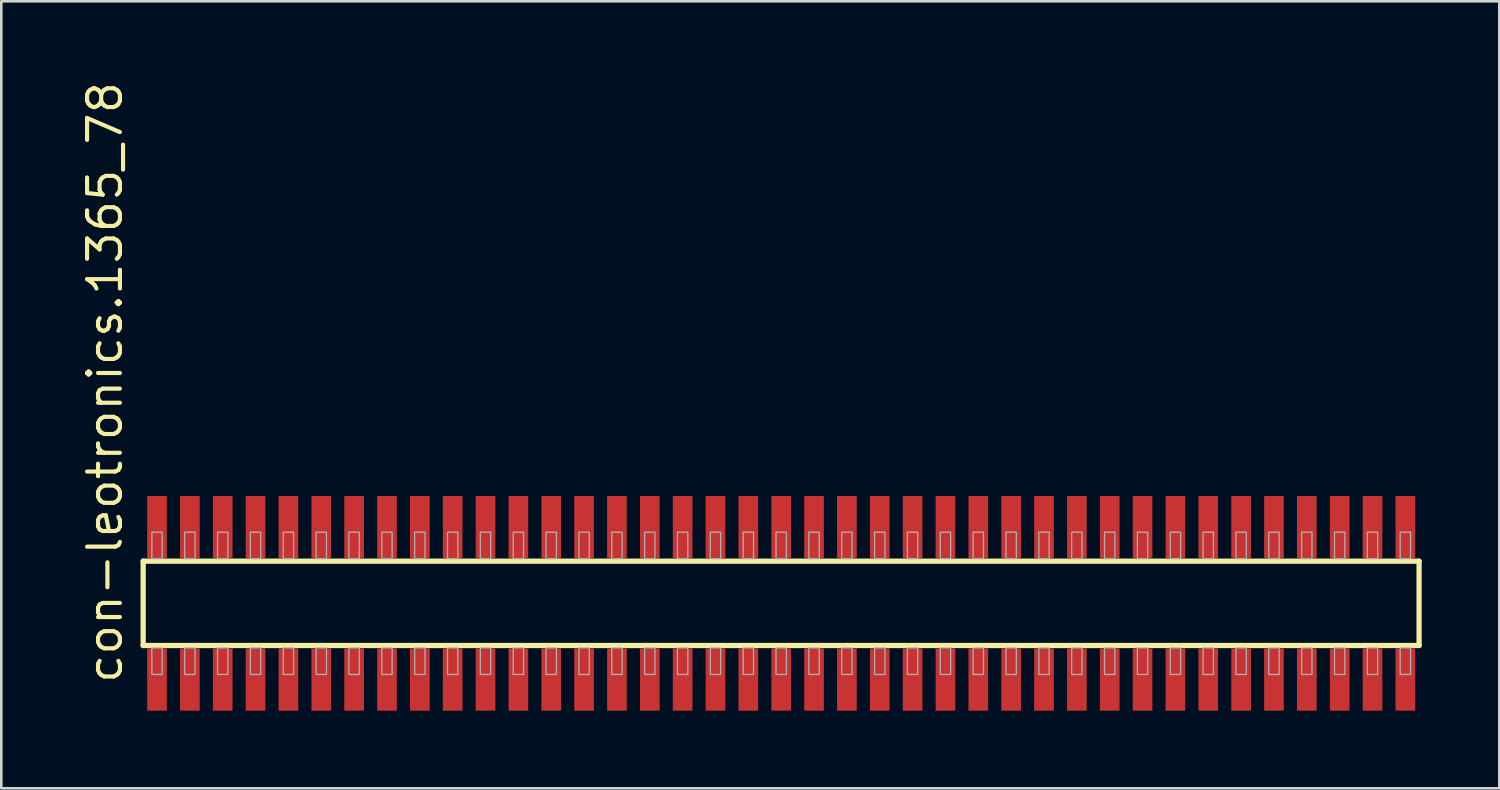
<source format=kicad_pcb>
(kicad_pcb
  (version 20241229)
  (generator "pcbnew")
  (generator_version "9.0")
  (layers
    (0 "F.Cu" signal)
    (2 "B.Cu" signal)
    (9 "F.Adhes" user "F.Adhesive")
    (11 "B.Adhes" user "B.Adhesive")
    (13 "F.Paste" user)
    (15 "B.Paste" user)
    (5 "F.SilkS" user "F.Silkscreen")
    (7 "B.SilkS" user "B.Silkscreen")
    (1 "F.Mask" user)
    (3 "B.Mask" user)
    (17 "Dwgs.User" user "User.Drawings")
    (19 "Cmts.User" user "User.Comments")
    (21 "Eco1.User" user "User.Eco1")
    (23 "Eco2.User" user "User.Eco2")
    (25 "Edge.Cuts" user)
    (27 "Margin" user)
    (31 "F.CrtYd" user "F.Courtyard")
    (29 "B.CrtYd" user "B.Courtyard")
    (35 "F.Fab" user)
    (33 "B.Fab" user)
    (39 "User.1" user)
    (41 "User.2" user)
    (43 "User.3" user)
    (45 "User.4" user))
  (footprint "con-leotronics.1365_78"
    (layer "F.Cu")
    (at 27.15 20.274)
    (property "Reference" "con-leotronics.1365_78" (at -25.4 3.175 90) (layer "F.SilkS") (effects (font (size 1.27 1.27) (thickness 0.16)) (justify left bottom)))
    (attr smd)
    (fp_line (start -24.665 -1.63) (end 24.66 -1.63) (stroke (width 0.203) (type default)) (layer "F.SilkS"))
    (fp_line (start -24.665 1.63) (end -24.665 -1.63) (stroke (width 0.203) (type default)) (layer "F.SilkS"))
    (fp_line (start 24.66 -1.63) (end 24.66 1.63) (stroke (width 0.203) (type default)) (layer "F.SilkS"))
    (fp_line (start 24.66 1.63) (end -24.665 1.63) (stroke (width 0.203) (type default)) (layer "F.SilkS"))
    (fp_rect (start -24.33 -1.725) (end -23.93 -2.75) (stroke (width 0.05) (type default)) (fill no) (layer "F.Fab"))
    (fp_rect (start -24.33 2.75) (end -23.93 1.725) (stroke (width 0.05) (type default)) (fill no) (layer "F.Fab"))
    (fp_rect (start -23.06 -1.725) (end -22.66 -2.75) (stroke (width 0.05) (type default)) (fill no) (layer "F.Fab"))
    (fp_rect (start -23.06 2.75) (end -22.66 1.725) (stroke (width 0.05) (type default)) (fill no) (layer "F.Fab"))
    (fp_rect (start -21.79 -1.725) (end -21.39 -2.75) (stroke (width 0.05) (type default)) (fill no) (layer "F.Fab"))
    (fp_rect (start -21.79 2.75) (end -21.39 1.725) (stroke (width 0.05) (type default)) (fill no) (layer "F.Fab"))
    (fp_rect (start -20.52 -1.725) (end -20.12 -2.75) (stroke (width 0.05) (type default)) (fill no) (layer "F.Fab"))
    (fp_rect (start -20.52 2.75) (end -20.12 1.725) (stroke (width 0.05) (type default)) (fill no) (layer "F.Fab"))
    (fp_rect (start -19.25 -1.725) (end -18.85 -2.75) (stroke (width 0.05) (type default)) (fill no) (layer "F.Fab"))
    (fp_rect (start -19.25 2.75) (end -18.85 1.725) (stroke (width 0.05) (type default)) (fill no) (layer "F.Fab"))
    (fp_rect (start -17.98 -1.725) (end -17.58 -2.75) (stroke (width 0.05) (type default)) (fill no) (layer "F.Fab"))
    (fp_rect (start -17.98 2.75) (end -17.58 1.725) (stroke (width 0.05) (type default)) (fill no) (layer "F.Fab"))
    (fp_rect (start -16.71 -1.725) (end -16.31 -2.75) (stroke (width 0.05) (type default)) (fill no) (layer "F.Fab"))
    (fp_rect (start -16.71 2.75) (end -16.31 1.725) (stroke (width 0.05) (type default)) (fill no) (layer "F.Fab"))
    (fp_rect (start -15.44 -1.725) (end -15.04 -2.75) (stroke (width 0.05) (type default)) (fill no) (layer "F.Fab"))
    (fp_rect (start -15.44 2.75) (end -15.04 1.725) (stroke (width 0.05) (type default)) (fill no) (layer "F.Fab"))
    (fp_rect (start -14.17 -1.725) (end -13.77 -2.75) (stroke (width 0.05) (type default)) (fill no) (layer "F.Fab"))
    (fp_rect (start -14.17 2.75) (end -13.77 1.725) (stroke (width 0.05) (type default)) (fill no) (layer "F.Fab"))
    (fp_rect (start -12.9 -1.725) (end -12.5 -2.75) (stroke (width 0.05) (type default)) (fill no) (layer "F.Fab"))
    (fp_rect (start -12.9 2.75) (end -12.5 1.725) (stroke (width 0.05) (type default)) (fill no) (layer "F.Fab"))
    (fp_rect (start -11.63 -1.725) (end -11.23 -2.75) (stroke (width 0.05) (type default)) (fill no) (layer "F.Fab"))
    (fp_rect (start -11.63 2.75) (end -11.23 1.725) (stroke (width 0.05) (type default)) (fill no) (layer "F.Fab"))
    (fp_rect (start -10.36 -1.725) (end -9.96 -2.75) (stroke (width 0.05) (type default)) (fill no) (layer "F.Fab"))
    (fp_rect (start -10.36 2.75) (end -9.96 1.725) (stroke (width 0.05) (type default)) (fill no) (layer "F.Fab"))
    (fp_rect (start -9.09 -1.725) (end -8.69 -2.75) (stroke (width 0.05) (type default)) (fill no) (layer "F.Fab"))
    (fp_rect (start -9.09 2.75) (end -8.69 1.725) (stroke (width 0.05) (type default)) (fill no) (layer "F.Fab"))
    (fp_rect (start -7.82 -1.725) (end -7.42 -2.75) (stroke (width 0.05) (type default)) (fill no) (layer "F.Fab"))
    (fp_rect (start -7.82 2.75) (end -7.42 1.725) (stroke (width 0.05) (type default)) (fill no) (layer "F.Fab"))
    (fp_rect (start -6.55 -1.725) (end -6.15 -2.75) (stroke (width 0.05) (type default)) (fill no) (layer "F.Fab"))
    (fp_rect (start -6.55 2.75) (end -6.15 1.725) (stroke (width 0.05) (type default)) (fill no) (layer "F.Fab"))
    (fp_rect (start -5.28 -1.725) (end -4.88 -2.75) (stroke (width 0.05) (type default)) (fill no) (layer "F.Fab"))
    (fp_rect (start -5.28 2.75) (end -4.88 1.725) (stroke (width 0.05) (type default)) (fill no) (layer "F.Fab"))
    (fp_rect (start -4.01 -1.725) (end -3.61 -2.75) (stroke (width 0.05) (type default)) (fill no) (layer "F.Fab"))
    (fp_rect (start -4.01 2.75) (end -3.61 1.725) (stroke (width 0.05) (type default)) (fill no) (layer "F.Fab"))
    (fp_rect (start -2.74 -1.725) (end -2.34 -2.75) (stroke (width 0.05) (type default)) (fill no) (layer "F.Fab"))
    (fp_rect (start -2.74 2.75) (end -2.34 1.725) (stroke (width 0.05) (type default)) (fill no) (layer "F.Fab"))
    (fp_rect (start -1.47 -1.725) (end -1.07 -2.75) (stroke (width 0.05) (type default)) (fill no) (layer "F.Fab"))
    (fp_rect (start -1.47 2.75) (end -1.07 1.725) (stroke (width 0.05) (type default)) (fill no) (layer "F.Fab"))
    (fp_rect (start -0.2 -1.725) (end 0.2 -2.75) (stroke (width 0.05) (type default)) (fill no) (layer "F.Fab"))
    (fp_rect (start -0.2 2.75) (end 0.2 1.725) (stroke (width 0.05) (type default)) (fill no) (layer "F.Fab"))
    (fp_rect (start 1.07 -1.725) (end 1.47 -2.75) (stroke (width 0.05) (type default)) (fill no) (layer "F.Fab"))
    (fp_rect (start 1.07 2.75) (end 1.47 1.725) (stroke (width 0.05) (type default)) (fill no) (layer "F.Fab"))
    (fp_rect (start 2.34 -1.725) (end 2.74 -2.75) (stroke (width 0.05) (type default)) (fill no) (layer "F.Fab"))
    (fp_rect (start 2.34 2.75) (end 2.74 1.725) (stroke (width 0.05) (type default)) (fill no) (layer "F.Fab"))
    (fp_rect (start 3.61 -1.725) (end 4.01 -2.75) (stroke (width 0.05) (type default)) (fill no) (layer "F.Fab"))
    (fp_rect (start 3.61 2.75) (end 4.01 1.725) (stroke (width 0.05) (type default)) (fill no) (layer "F.Fab"))
    (fp_rect (start 4.88 -1.725) (end 5.28 -2.75) (stroke (width 0.05) (type default)) (fill no) (layer "F.Fab"))
    (fp_rect (start 4.88 2.75) (end 5.28 1.725) (stroke (width 0.05) (type default)) (fill no) (layer "F.Fab"))
    (fp_rect (start 6.15 -1.725) (end 6.55 -2.75) (stroke (width 0.05) (type default)) (fill no) (layer "F.Fab"))
    (fp_rect (start 6.15 2.75) (end 6.55 1.725) (stroke (width 0.05) (type default)) (fill no) (layer "F.Fab"))
    (fp_rect (start 7.42 -1.725) (end 7.82 -2.75) (stroke (width 0.05) (type default)) (fill no) (layer "F.Fab"))
    (fp_rect (start 7.42 2.75) (end 7.82 1.725) (stroke (width 0.05) (type default)) (fill no) (layer "F.Fab"))
    (fp_rect (start 8.69 -1.725) (end 9.09 -2.75) (stroke (width 0.05) (type default)) (fill no) (layer "F.Fab"))
    (fp_rect (start 8.69 2.75) (end 9.09 1.725) (stroke (width 0.05) (type default)) (fill no) (layer "F.Fab"))
    (fp_rect (start 9.96 -1.725) (end 10.36 -2.75) (stroke (width 0.05) (type default)) (fill no) (layer "F.Fab"))
    (fp_rect (start 9.96 2.75) (end 10.36 1.725) (stroke (width 0.05) (type default)) (fill no) (layer "F.Fab"))
    (fp_rect (start 11.23 -1.725) (end 11.63 -2.75) (stroke (width 0.05) (type default)) (fill no) (layer "F.Fab"))
    (fp_rect (start 11.23 2.75) (end 11.63 1.725) (stroke (width 0.05) (type default)) (fill no) (layer "F.Fab"))
    (fp_rect (start 12.5 -1.725) (end 12.9 -2.75) (stroke (width 0.05) (type default)) (fill no) (layer "F.Fab"))
    (fp_rect (start 12.5 2.75) (end 12.9 1.725) (stroke (width 0.05) (type default)) (fill no) (layer "F.Fab"))
    (fp_rect (start 13.77 -1.725) (end 14.17 -2.75) (stroke (width 0.05) (type default)) (fill no) (layer "F.Fab"))
    (fp_rect (start 13.77 2.75) (end 14.17 1.725) (stroke (width 0.05) (type default)) (fill no) (layer "F.Fab"))
    (fp_rect (start 15.04 -1.725) (end 15.44 -2.75) (stroke (width 0.05) (type default)) (fill no) (layer "F.Fab"))
    (fp_rect (start 15.04 2.75) (end 15.44 1.725) (stroke (width 0.05) (type default)) (fill no) (layer "F.Fab"))
    (fp_rect (start 16.31 -1.725) (end 16.71 -2.75) (stroke (width 0.05) (type default)) (fill no) (layer "F.Fab"))
    (fp_rect (start 16.31 2.75) (end 16.71 1.725) (stroke (width 0.05) (type default)) (fill no) (layer "F.Fab"))
    (fp_rect (start 17.58 -1.725) (end 17.98 -2.75) (stroke (width 0.05) (type default)) (fill no) (layer "F.Fab"))
    (fp_rect (start 17.58 2.75) (end 17.98 1.725) (stroke (width 0.05) (type default)) (fill no) (layer "F.Fab"))
    (fp_rect (start 18.85 -1.725) (end 19.25 -2.75) (stroke (width 0.05) (type default)) (fill no) (layer "F.Fab"))
    (fp_rect (start 18.85 2.75) (end 19.25 1.725) (stroke (width 0.05) (type default)) (fill no) (layer "F.Fab"))
    (fp_rect (start 20.12 -1.725) (end 20.52 -2.75) (stroke (width 0.05) (type default)) (fill no) (layer "F.Fab"))
    (fp_rect (start 20.12 2.75) (end 20.52 1.725) (stroke (width 0.05) (type default)) (fill no) (layer "F.Fab"))
    (fp_rect (start 21.39 -1.725) (end 21.79 -2.75) (stroke (width 0.05) (type default)) (fill no) (layer "F.Fab"))
    (fp_rect (start 21.39 2.75) (end 21.79 1.725) (stroke (width 0.05) (type default)) (fill no) (layer "F.Fab"))
    (fp_rect (start 22.66 -1.725) (end 23.06 -2.75) (stroke (width 0.05) (type default)) (fill no) (layer "F.Fab"))
    (fp_rect (start 22.66 2.75) (end 23.06 1.725) (stroke (width 0.05) (type default)) (fill no) (layer "F.Fab"))
    (fp_rect (start 23.93 -1.725) (end 24.33 -2.75) (stroke (width 0.05) (type default)) (fill no) (layer "F.Fab"))
    (fp_rect (start 23.93 2.75) (end 24.33 1.725) (stroke (width 0.05) (type default)) (fill no) (layer "F.Fab"))
    (pad "1" smd roundrect (at -24.13 2.95) (size 0.76 2.4) (layers "F.Cu" "F.Mask" "F.Paste") (roundrect_rratio 0.01))
    (pad "2" smd roundrect (at -24.13 -2.95) (size 0.76 2.4) (layers "F.Cu" "F.Mask" "F.Paste") (roundrect_rratio 0.01))
    (pad "3" smd roundrect (at -22.86 2.95) (size 0.76 2.4) (layers "F.Cu" "F.Mask" "F.Paste") (roundrect_rratio 0.01))
    (pad "4" smd roundrect (at -22.86 -2.95) (size 0.76 2.4) (layers "F.Cu" "F.Mask" "F.Paste") (roundrect_rratio 0.01))
    (pad "5" smd roundrect (at -21.59 2.95) (size 0.76 2.4) (layers "F.Cu" "F.Mask" "F.Paste") (roundrect_rratio 0.01))
    (pad "6" smd roundrect (at -21.59 -2.95) (size 0.76 2.4) (layers "F.Cu" "F.Mask" "F.Paste") (roundrect_rratio 0.01))
    (pad "7" smd roundrect (at -20.32 2.95) (size 0.76 2.4) (layers "F.Cu" "F.Mask" "F.Paste") (roundrect_rratio 0.01))
    (pad "8" smd roundrect (at -20.32 -2.95) (size 0.76 2.4) (layers "F.Cu" "F.Mask" "F.Paste") (roundrect_rratio 0.01))
    (pad "9" smd roundrect (at -19.05 2.95) (size 0.76 2.4) (layers "F.Cu" "F.Mask" "F.Paste") (roundrect_rratio 0.01))
    (pad "10" smd roundrect (at -19.05 -2.95) (size 0.76 2.4) (layers "F.Cu" "F.Mask" "F.Paste") (roundrect_rratio 0.01))
    (pad "11" smd roundrect (at -17.78 2.95) (size 0.76 2.4) (layers "F.Cu" "F.Mask" "F.Paste") (roundrect_rratio 0.01))
    (pad "12" smd roundrect (at -17.78 -2.95) (size 0.76 2.4) (layers "F.Cu" "F.Mask" "F.Paste") (roundrect_rratio 0.01))
    (pad "13" smd roundrect (at -16.51 2.95) (size 0.76 2.4) (layers "F.Cu" "F.Mask" "F.Paste") (roundrect_rratio 0.01))
    (pad "14" smd roundrect (at -16.51 -2.95) (size 0.76 2.4) (layers "F.Cu" "F.Mask" "F.Paste") (roundrect_rratio 0.01))
    (pad "15" smd roundrect (at -15.24 2.95) (size 0.76 2.4) (layers "F.Cu" "F.Mask" "F.Paste") (roundrect_rratio 0.01))
    (pad "16" smd roundrect (at -15.24 -2.95) (size 0.76 2.4) (layers "F.Cu" "F.Mask" "F.Paste") (roundrect_rratio 0.01))
    (pad "17" smd roundrect (at -13.97 2.95) (size 0.76 2.4) (layers "F.Cu" "F.Mask" "F.Paste") (roundrect_rratio 0.01))
    (pad "18" smd roundrect (at -13.97 -2.95) (size 0.76 2.4) (layers "F.Cu" "F.Mask" "F.Paste") (roundrect_rratio 0.01))
    (pad "19" smd roundrect (at -12.7 2.95) (size 0.76 2.4) (layers "F.Cu" "F.Mask" "F.Paste") (roundrect_rratio 0.01))
    (pad "20" smd roundrect (at -12.7 -2.95) (size 0.76 2.4) (layers "F.Cu" "F.Mask" "F.Paste") (roundrect_rratio 0.01))
    (pad "21" smd roundrect (at -11.43 2.95) (size 0.76 2.4) (layers "F.Cu" "F.Mask" "F.Paste") (roundrect_rratio 0.01))
    (pad "22" smd roundrect (at -11.43 -2.95) (size 0.76 2.4) (layers "F.Cu" "F.Mask" "F.Paste") (roundrect_rratio 0.01))
    (pad "23" smd roundrect (at -10.16 2.95) (size 0.76 2.4) (layers "F.Cu" "F.Mask" "F.Paste") (roundrect_rratio 0.01))
    (pad "24" smd roundrect (at -10.16 -2.95) (size 0.76 2.4) (layers "F.Cu" "F.Mask" "F.Paste") (roundrect_rratio 0.01))
    (pad "25" smd roundrect (at -8.89 2.95) (size 0.76 2.4) (layers "F.Cu" "F.Mask" "F.Paste") (roundrect_rratio 0.01))
    (pad "26" smd roundrect (at -8.89 -2.95) (size 0.76 2.4) (layers "F.Cu" "F.Mask" "F.Paste") (roundrect_rratio 0.01))
    (pad "27" smd roundrect (at -7.62 2.95) (size 0.76 2.4) (layers "F.Cu" "F.Mask" "F.Paste") (roundrect_rratio 0.01))
    (pad "28" smd roundrect (at -7.62 -2.95) (size 0.76 2.4) (layers "F.Cu" "F.Mask" "F.Paste") (roundrect_rratio 0.01))
    (pad "29" smd roundrect (at -6.35 2.95) (size 0.76 2.4) (layers "F.Cu" "F.Mask" "F.Paste") (roundrect_rratio 0.01))
    (pad "30" smd roundrect (at -6.35 -2.95) (size 0.76 2.4) (layers "F.Cu" "F.Mask" "F.Paste") (roundrect_rratio 0.01))
    (pad "31" smd roundrect (at -5.08 2.95) (size 0.76 2.4) (layers "F.Cu" "F.Mask" "F.Paste") (roundrect_rratio 0.01))
    (pad "32" smd roundrect (at -5.08 -2.95) (size 0.76 2.4) (layers "F.Cu" "F.Mask" "F.Paste") (roundrect_rratio 0.01))
    (pad "33" smd roundrect (at -3.81 2.95) (size 0.76 2.4) (layers "F.Cu" "F.Mask" "F.Paste") (roundrect_rratio 0.01))
    (pad "34" smd roundrect (at -3.81 -2.95) (size 0.76 2.4) (layers "F.Cu" "F.Mask" "F.Paste") (roundrect_rratio 0.01))
    (pad "35" smd roundrect (at -2.54 2.95) (size 0.76 2.4) (layers "F.Cu" "F.Mask" "F.Paste") (roundrect_rratio 0.01))
    (pad "36" smd roundrect (at -2.54 -2.95) (size 0.76 2.4) (layers "F.Cu" "F.Mask" "F.Paste") (roundrect_rratio 0.01))
    (pad "37" smd roundrect (at -1.27 2.95) (size 0.76 2.4) (layers "F.Cu" "F.Mask" "F.Paste") (roundrect_rratio 0.01))
    (pad "38" smd roundrect (at -1.27 -2.95) (size 0.76 2.4) (layers "F.Cu" "F.Mask" "F.Paste") (roundrect_rratio 0.01))
    (pad "39" smd roundrect (at 0 2.95) (size 0.76 2.4) (layers "F.Cu" "F.Mask" "F.Paste") (roundrect_rratio 0.01))
    (pad "40" smd roundrect (at 0 -2.95) (size 0.76 2.4) (layers "F.Cu" "F.Mask" "F.Paste") (roundrect_rratio 0.01))
    (pad "41" smd roundrect (at 1.27 2.95) (size 0.76 2.4) (layers "F.Cu" "F.Mask" "F.Paste") (roundrect_rratio 0.01))
    (pad "42" smd roundrect (at 1.27 -2.95) (size 0.76 2.4) (layers "F.Cu" "F.Mask" "F.Paste") (roundrect_rratio 0.01))
    (pad "43" smd roundrect (at 2.54 2.95) (size 0.76 2.4) (layers "F.Cu" "F.Mask" "F.Paste") (roundrect_rratio 0.01))
    (pad "44" smd roundrect (at 2.54 -2.95) (size 0.76 2.4) (layers "F.Cu" "F.Mask" "F.Paste") (roundrect_rratio 0.01))
    (pad "45" smd roundrect (at 3.81 2.95) (size 0.76 2.4) (layers "F.Cu" "F.Mask" "F.Paste") (roundrect_rratio 0.01))
    (pad "46" smd roundrect (at 3.81 -2.95) (size 0.76 2.4) (layers "F.Cu" "F.Mask" "F.Paste") (roundrect_rratio 0.01))
    (pad "47" smd roundrect (at 5.08 2.95) (size 0.76 2.4) (layers "F.Cu" "F.Mask" "F.Paste") (roundrect_rratio 0.01))
    (pad "48" smd roundrect (at 5.08 -2.95) (size 0.76 2.4) (layers "F.Cu" "F.Mask" "F.Paste") (roundrect_rratio 0.01))
    (pad "49" smd roundrect (at 6.35 2.95) (size 0.76 2.4) (layers "F.Cu" "F.Mask" "F.Paste") (roundrect_rratio 0.01))
    (pad "50" smd roundrect (at 6.35 -2.95) (size 0.76 2.4) (layers "F.Cu" "F.Mask" "F.Paste") (roundrect_rratio 0.01))
    (pad "51" smd roundrect (at 7.62 2.95) (size 0.76 2.4) (layers "F.Cu" "F.Mask" "F.Paste") (roundrect_rratio 0.01))
    (pad "52" smd roundrect (at 7.62 -2.95) (size 0.76 2.4) (layers "F.Cu" "F.Mask" "F.Paste") (roundrect_rratio 0.01))
    (pad "53" smd roundrect (at 8.89 2.95) (size 0.76 2.4) (layers "F.Cu" "F.Mask" "F.Paste") (roundrect_rratio 0.01))
    (pad "54" smd roundrect (at 8.89 -2.95) (size 0.76 2.4) (layers "F.Cu" "F.Mask" "F.Paste") (roundrect_rratio 0.01))
    (pad "55" smd roundrect (at 10.16 2.95) (size 0.76 2.4) (layers "F.Cu" "F.Mask" "F.Paste") (roundrect_rratio 0.01))
    (pad "56" smd roundrect (at 10.16 -2.95) (size 0.76 2.4) (layers "F.Cu" "F.Mask" "F.Paste") (roundrect_rratio 0.01))
    (pad "57" smd roundrect (at 11.43 2.95) (size 0.76 2.4) (layers "F.Cu" "F.Mask" "F.Paste") (roundrect_rratio 0.01))
    (pad "58" smd roundrect (at 11.43 -2.95) (size 0.76 2.4) (layers "F.Cu" "F.Mask" "F.Paste") (roundrect_rratio 0.01))
    (pad "59" smd roundrect (at 12.7 2.95) (size 0.76 2.4) (layers "F.Cu" "F.Mask" "F.Paste") (roundrect_rratio 0.01))
    (pad "60" smd roundrect (at 12.7 -2.95) (size 0.76 2.4) (layers "F.Cu" "F.Mask" "F.Paste") (roundrect_rratio 0.01))
    (pad "61" smd roundrect (at 13.97 2.95) (size 0.76 2.4) (layers "F.Cu" "F.Mask" "F.Paste") (roundrect_rratio 0.01))
    (pad "62" smd roundrect (at 13.97 -2.95) (size 0.76 2.4) (layers "F.Cu" "F.Mask" "F.Paste") (roundrect_rratio 0.01))
    (pad "63" smd roundrect (at 15.24 2.95) (size 0.76 2.4) (layers "F.Cu" "F.Mask" "F.Paste") (roundrect_rratio 0.01))
    (pad "64" smd roundrect (at 15.24 -2.95) (size 0.76 2.4) (layers "F.Cu" "F.Mask" "F.Paste") (roundrect_rratio 0.01))
    (pad "65" smd roundrect (at 16.51 2.95) (size 0.76 2.4) (layers "F.Cu" "F.Mask" "F.Paste") (roundrect_rratio 0.01))
    (pad "66" smd roundrect (at 16.51 -2.95) (size 0.76 2.4) (layers "F.Cu" "F.Mask" "F.Paste") (roundrect_rratio 0.01))
    (pad "67" smd roundrect (at 17.78 2.95) (size 0.76 2.4) (layers "F.Cu" "F.Mask" "F.Paste") (roundrect_rratio 0.01))
    (pad "68" smd roundrect (at 17.78 -2.95) (size 0.76 2.4) (layers "F.Cu" "F.Mask" "F.Paste") (roundrect_rratio 0.01))
    (pad "69" smd roundrect (at 19.05 2.95) (size 0.76 2.4) (layers "F.Cu" "F.Mask" "F.Paste") (roundrect_rratio 0.01))
    (pad "70" smd roundrect (at 19.05 -2.95) (size 0.76 2.4) (layers "F.Cu" "F.Mask" "F.Paste") (roundrect_rratio 0.01))
    (pad "71" smd roundrect (at 20.32 2.95) (size 0.76 2.4) (layers "F.Cu" "F.Mask" "F.Paste") (roundrect_rratio 0.01))
    (pad "72" smd roundrect (at 20.32 -2.95) (size 0.76 2.4) (layers "F.Cu" "F.Mask" "F.Paste") (roundrect_rratio 0.01))
    (pad "73" smd roundrect (at 21.59 2.95) (size 0.76 2.4) (layers "F.Cu" "F.Mask" "F.Paste") (roundrect_rratio 0.01))
    (pad "74" smd roundrect (at 21.59 -2.95) (size 0.76 2.4) (layers "F.Cu" "F.Mask" "F.Paste") (roundrect_rratio 0.01))
    (pad "75" smd roundrect (at 22.86 2.95) (size 0.76 2.4) (layers "F.Cu" "F.Mask" "F.Paste") (roundrect_rratio 0.01))
    (pad "76" smd roundrect (at 22.86 -2.95) (size 0.76 2.4) (layers "F.Cu" "F.Mask" "F.Paste") (roundrect_rratio 0.01))
    (pad "77" smd roundrect (at 24.13 2.95) (size 0.76 2.4) (layers "F.Cu" "F.Mask" "F.Paste") (roundrect_rratio 0.01))
    (pad "78" smd roundrect (at 24.13 -2.95) (size 0.76 2.4) (layers "F.Cu" "F.Mask" "F.Paste") (roundrect_rratio 0.01)))
  (gr_rect
    (start -3 -3)
    (end 54.912 27.424)
    (stroke (width 0.1) (type default))
    (fill no)
    (layer "Edge.Cuts")))
</source>
